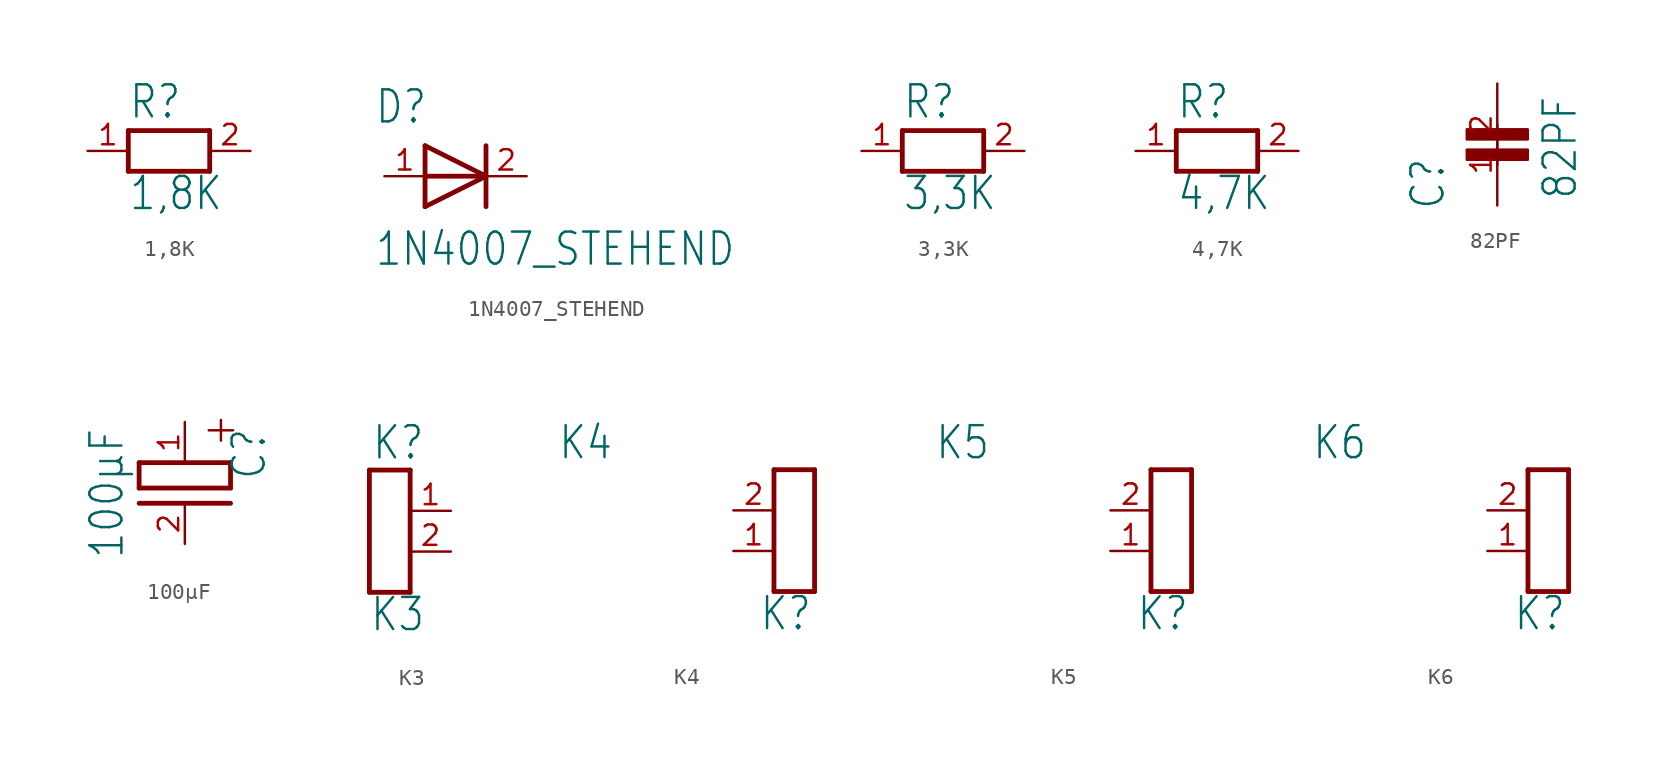
<source format=kicad_sym>
(kicad_symbol_lib
  (version 20211014)
  (generator kicad_symbol_editor)
  (symbol "1,8K"
    (property "Reference" "R"
      (at -2.54 1.905 0)
      (effects (font (size 2 1.7)) (justify left bottom)))
    (property "Value" "1,8K"
      (at -2.54 -3.81 0)
      (effects (font (size 2 1.7)) (justify left bottom)))
    (property "ki_locked" ""
      (at 0 0 0)
      (effects (font (size 1.27 1.27))))
    (symbol "1,8K_1_0"
      (polyline (pts (xy -2.54 -1.27) (xy 2.54 -1.27)) (stroke (width 0.3) (type default) (color 0 0 0 0)) (fill (type none)))
      (polyline (pts (xy -2.54 1.27) (xy -2.54 -1.27)) (stroke (width 0.3) (type default) (color 0 0 0 0)) (fill (type none)))
      (polyline (pts (xy 2.54 -1.27) (xy 2.54 1.27)) (stroke (width 0.3) (type default) (color 0 0 0 0)) (fill (type none)))
      (polyline (pts (xy 2.54 1.27) (xy -2.54 1.27)) (stroke (width 0.3) (type default) (color 0 0 0 0)) (fill (type none)))
      (pin passive line (at -5.08 0 0) (length 2.54) (name "1" (effects (font (size 0 0)))) (number "1" (effects (font (size 1.27 1.27)))))
      (pin passive line (at 5.08 0 180) (length 2.54) (name "2" (effects (font (size 0 0)))) (number "2" (effects (font (size 1.27 1.27)))))))
  (symbol "1N4007_STEHEND"
    (property "Reference" "D"
      (at -4.445 3.175 0)
      (effects (font (size 2 1.7)) (justify left bottom)))
    (property "Value" "1N4007_STEHEND"
      (at -4.445 -5.715 0)
      (effects (font (size 2 1.7)) (justify left bottom)))
    (property "ki_locked" ""
      (at 0 0 0)
      (effects (font (size 1.27 1.27))))
    (symbol "1N4007_STEHEND_1_0"
      (polyline (pts (xy -1.27 -1.905) (xy 2.54 0)) (stroke (width 0.3) (type default) (color 0 0 0 0)) (fill (type none)))
      (polyline (pts (xy -1.27 0) (xy 2.54 0)) (stroke (width 0.3) (type default) (color 0 0 0 0)) (fill (type none)))
      (polyline (pts (xy -1.27 1.905) (xy -1.27 -1.905)) (stroke (width 0.3) (type default) (color 0 0 0 0)) (fill (type none)))
      (polyline (pts (xy 2.54 0) (xy -1.27 1.905)) (stroke (width 0.3) (type default) (color 0 0 0 0)) (fill (type none)))
      (polyline (pts (xy 2.54 1.905) (xy 2.54 -1.905)) (stroke (width 0.3) (type default) (color 0 0 0 0)) (fill (type none)))
      (pin passive line (at -3.81 0 0) (length 2.54) (name "1" (effects (font (size 0 0)))) (number "1" (effects (font (size 1.27 1.27)))))
      (pin passive line (at 5.08 0 180) (length 2.54) (name "2" (effects (font (size 0 0)))) (number "2" (effects (font (size 1.27 1.27)))))))
  (symbol "3,3K"
    (property "Reference" "R"
      (at -2.54 1.905 0)
      (effects (font (size 2 1.7)) (justify left bottom)))
    (property "Value" "3,3K"
      (at -2.54 -3.81 0)
      (effects (font (size 2 1.7)) (justify left bottom)))
    (property "ki_locked" ""
      (at 0 0 0)
      (effects (font (size 1.27 1.27))))
    (symbol "3,3K_1_0"
      (polyline (pts (xy -2.54 -1.27) (xy 2.54 -1.27)) (stroke (width 0.3) (type default) (color 0 0 0 0)) (fill (type none)))
      (polyline (pts (xy -2.54 1.27) (xy -2.54 -1.27)) (stroke (width 0.3) (type default) (color 0 0 0 0)) (fill (type none)))
      (polyline (pts (xy 2.54 -1.27) (xy 2.54 1.27)) (stroke (width 0.3) (type default) (color 0 0 0 0)) (fill (type none)))
      (polyline (pts (xy 2.54 1.27) (xy -2.54 1.27)) (stroke (width 0.3) (type default) (color 0 0 0 0)) (fill (type none)))
      (pin passive line (at -5.08 0 0) (length 2.54) (name "1" (effects (font (size 0 0)))) (number "1" (effects (font (size 1.27 1.27)))))
      (pin passive line (at 5.08 0 180) (length 2.54) (name "2" (effects (font (size 0 0)))) (number "2" (effects (font (size 1.27 1.27)))))))
  (symbol "4,7K"
    (property "Reference" "R"
      (at -2.54 1.905 0)
      (effects (font (size 2 1.7)) (justify left bottom)))
    (property "Value" "4,7K"
      (at -2.54 -3.81 0)
      (effects (font (size 2 1.7)) (justify left bottom)))
    (property "ki_locked" ""
      (at 0 0 0)
      (effects (font (size 1.27 1.27))))
    (symbol "4,7K_1_0"
      (polyline (pts (xy -2.54 -1.27) (xy 2.54 -1.27)) (stroke (width 0.3) (type default) (color 0 0 0 0)) (fill (type none)))
      (polyline (pts (xy -2.54 1.27) (xy -2.54 -1.27)) (stroke (width 0.3) (type default) (color 0 0 0 0)) (fill (type none)))
      (polyline (pts (xy 2.54 -1.27) (xy 2.54 1.27)) (stroke (width 0.3) (type default) (color 0 0 0 0)) (fill (type none)))
      (polyline (pts (xy 2.54 1.27) (xy -2.54 1.27)) (stroke (width 0.3) (type default) (color 0 0 0 0)) (fill (type none)))
      (pin passive line (at -5.08 0 0) (length 2.54) (name "1" (effects (font (size 0 0)))) (number "1" (effects (font (size 1.27 1.27)))))
      (pin passive line (at 5.08 0 180) (length 2.54) (name "2" (effects (font (size 0 0)))) (number "2" (effects (font (size 1.27 1.27)))))))
  (symbol "82PF"
    (property "Reference" "C"
      (at -3.175 -4.128 90)
      (effects (font (size 2 1.7)) (justify left bottom)))
    (property "Value" "82PF"
      (at 5.08 -3.493 90)
      (effects (font (size 2 1.7)) (justify left bottom)))
    (property "ki_locked" ""
      (at 0 0 0)
      (effects (font (size 1.27 1.27))))
    (symbol "82PF_1_0"
      (rectangle (start -1.905 -0.318) (end 1.905 -0.952) (stroke (width 0) (type default) (color 0 0 0 0)) (fill (type outline)))
      (rectangle (start -1.905 0.952) (end 1.905 0.318) (stroke (width 0) (type default) (color 0 0 0 0)) (fill (type outline)))
      (pin passive line (at 0 -3.81 90) (length 5.08) (name "1" (effects (font (size 0 0)))) (number "1" (effects (font (size 1.27 1.27)))))
      (pin passive line (at 0 3.81 270) (length 5.08) (name "2" (effects (font (size 0 0)))) (number "2" (effects (font (size 1.27 1.27)))))))
  (symbol "100µF"
    (property "Reference" "C"
      (at 5.175 -0.317 90)
      (effects (font (size 2 1.7)) (justify right bottom)))
    (property "Value" "100µF"
      (at -3.715 -0.317 90)
      (effects (font (size 2 1.7)) (justify right bottom)))
    (property "ki_locked" ""
      (at 0 0 0)
      (effects (font (size 1.27 1.27))))
    (symbol "100µF_1_0"
      (polyline (pts (xy -2.857 -4.128) (xy 2.857 -4.128)) (stroke (width 0.3) (type default) (color 0 0 0 0)) (fill (type none)))
      (polyline (pts (xy -2.857 -2.54) (xy -2.857 -4.128)) (stroke (width 0.3) (type default) (color 0 0 0 0)) (fill (type none)))
      (polyline (pts (xy 2.857 -5.08) (xy -2.857 -5.08)) (stroke (width 0.3) (type default) (color 0 0 0 0)) (fill (type none)))
      (polyline (pts (xy 2.857 -4.128) (xy 2.857 -2.54)) (stroke (width 0.3) (type default) (color 0 0 0 0)) (fill (type none)))
      (polyline (pts (xy 2.857 -2.54) (xy -2.857 -2.54)) (stroke (width 0.3) (type default) (color 0 0 0 0)) (fill (type none)))
      (text "+" (at 3.27 0.635 900) (effects (font (size 2 1.7)) (justify right bottom)))
      (pin passive line (at 0 0 270) (length 2.54) (name "1" (effects (font (size 0 0)))) (number "1" (effects (font (size 1.27 1.27)))))
      (pin passive line (at 0 -7.62 90) (length 2.54) (name "2" (effects (font (size 0 0)))) (number "2" (effects (font (size 1.27 1.27)))))))
  (symbol "K3"
    (property "Reference" "K"
      (at -1.15 4.35 0)
      (effects (font (size 2 1.7)) (justify left bottom)))
    (property "Value" "K3"
      (at -1.27 -6.35 0)
      (effects (font (size 2 1.7)) (justify left bottom)))
    (property "ki_locked" ""
      (at 0 0 0)
      (effects (font (size 1.27 1.27))))
    (symbol "K3_1_0"
      (polyline (pts (xy -1.27 3.81) (xy -1.27 -3.81)) (stroke (width 0.3) (type default) (color 0 0 0 0)) (fill (type none)))
      (polyline (pts (xy 1.27 -3.81) (xy -1.27 -3.81)) (stroke (width 0.3) (type default) (color 0 0 0 0)) (fill (type none)))
      (polyline (pts (xy 1.27 3.81) (xy -1.27 3.81)) (stroke (width 0.3) (type default) (color 0 0 0 0)) (fill (type none)))
      (polyline (pts (xy 1.27 3.81) (xy 1.27 -3.81)) (stroke (width 0.3) (type default) (color 0 0 0 0)) (fill (type none)))
      (pin passive line (at 3.81 1.27 180) (length 2.54) (name "1" (effects (font (size 0 0)))) (number "1" (effects (font (size 1.27 1.27)))))
      (pin passive line (at 3.81 -1.27 180) (length 2.54) (name "2" (effects (font (size 0 0)))) (number "2" (effects (font (size 1.27 1.27)))))))
  (symbol "K4"
    (property "Reference" "K"
      (at 1.15 -6.35 0)
      (effects (font (size 2 1.7)) (justify right bottom)))
    (property "Value" "K4"
      (at -11.29 4.35 0)
      (effects (font (size 2 1.7)) (justify right bottom)))
    (property "ki_locked" ""
      (at 0 0 0)
      (effects (font (size 1.27 1.27))))
    (symbol "K4_1_0"
      (polyline (pts (xy -1.27 -3.81) (xy -1.27 3.81)) (stroke (width 0.3) (type default) (color 0 0 0 0)) (fill (type none)))
      (polyline (pts (xy -1.27 -3.81) (xy 1.27 -3.81)) (stroke (width 0.3) (type default) (color 0 0 0 0)) (fill (type none)))
      (polyline (pts (xy -1.27 3.81) (xy 1.27 3.81)) (stroke (width 0.3) (type default) (color 0 0 0 0)) (fill (type none)))
      (polyline (pts (xy 1.27 -3.81) (xy 1.27 3.81)) (stroke (width 0.3) (type default) (color 0 0 0 0)) (fill (type none)))
      (pin passive line (at -3.81 -1.27 0) (length 2.54) (name "1" (effects (font (size 0 0)))) (number "1" (effects (font (size 1.27 1.27)))))
      (pin passive line (at -3.81 1.27 0) (length 2.54) (name "2" (effects (font (size 0 0)))) (number "2" (effects (font (size 1.27 1.27)))))))
  (symbol "K5"
    (property "Reference" "K"
      (at 1.15 -6.35 0)
      (effects (font (size 2 1.7)) (justify right bottom)))
    (property "Value" "K5"
      (at -11.29 4.35 0)
      (effects (font (size 2 1.7)) (justify right bottom)))
    (property "ki_locked" ""
      (at 0 0 0)
      (effects (font (size 1.27 1.27))))
    (symbol "K5_1_0"
      (polyline (pts (xy -1.27 -3.81) (xy -1.27 3.81)) (stroke (width 0.3) (type default) (color 0 0 0 0)) (fill (type none)))
      (polyline (pts (xy -1.27 -3.81) (xy 1.27 -3.81)) (stroke (width 0.3) (type default) (color 0 0 0 0)) (fill (type none)))
      (polyline (pts (xy -1.27 3.81) (xy 1.27 3.81)) (stroke (width 0.3) (type default) (color 0 0 0 0)) (fill (type none)))
      (polyline (pts (xy 1.27 -3.81) (xy 1.27 3.81)) (stroke (width 0.3) (type default) (color 0 0 0 0)) (fill (type none)))
      (pin passive line (at -3.81 -1.27 0) (length 2.54) (name "1" (effects (font (size 0 0)))) (number "1" (effects (font (size 1.27 1.27)))))
      (pin passive line (at -3.81 1.27 0) (length 2.54) (name "2" (effects (font (size 0 0)))) (number "2" (effects (font (size 1.27 1.27)))))))
  (symbol "K6"
    (property "Reference" "K"
      (at 1.15 -6.35 0)
      (effects (font (size 2 1.7)) (justify right bottom)))
    (property "Value" "K6"
      (at -11.29 4.35 0)
      (effects (font (size 2 1.7)) (justify right bottom)))
    (property "ki_locked" ""
      (at 0 0 0)
      (effects (font (size 1.27 1.27))))
    (symbol "K6_1_0"
      (polyline (pts (xy -1.27 -3.81) (xy -1.27 3.81)) (stroke (width 0.3) (type default) (color 0 0 0 0)) (fill (type none)))
      (polyline (pts (xy -1.27 -3.81) (xy 1.27 -3.81)) (stroke (width 0.3) (type default) (color 0 0 0 0)) (fill (type none)))
      (polyline (pts (xy -1.27 3.81) (xy 1.27 3.81)) (stroke (width 0.3) (type default) (color 0 0 0 0)) (fill (type none)))
      (polyline (pts (xy 1.27 -3.81) (xy 1.27 3.81)) (stroke (width 0.3) (type default) (color 0 0 0 0)) (fill (type none)))
      (pin passive line (at -3.81 -1.27 0) (length 2.54) (name "1" (effects (font (size 0 0)))) (number "1" (effects (font (size 1.27 1.27)))))
      (pin passive line (at -3.81 1.27 0) (length 2.54) (name "2" (effects (font (size 0 0)))) (number "2" (effects (font (size 1.27 1.27))))))))
</source>
